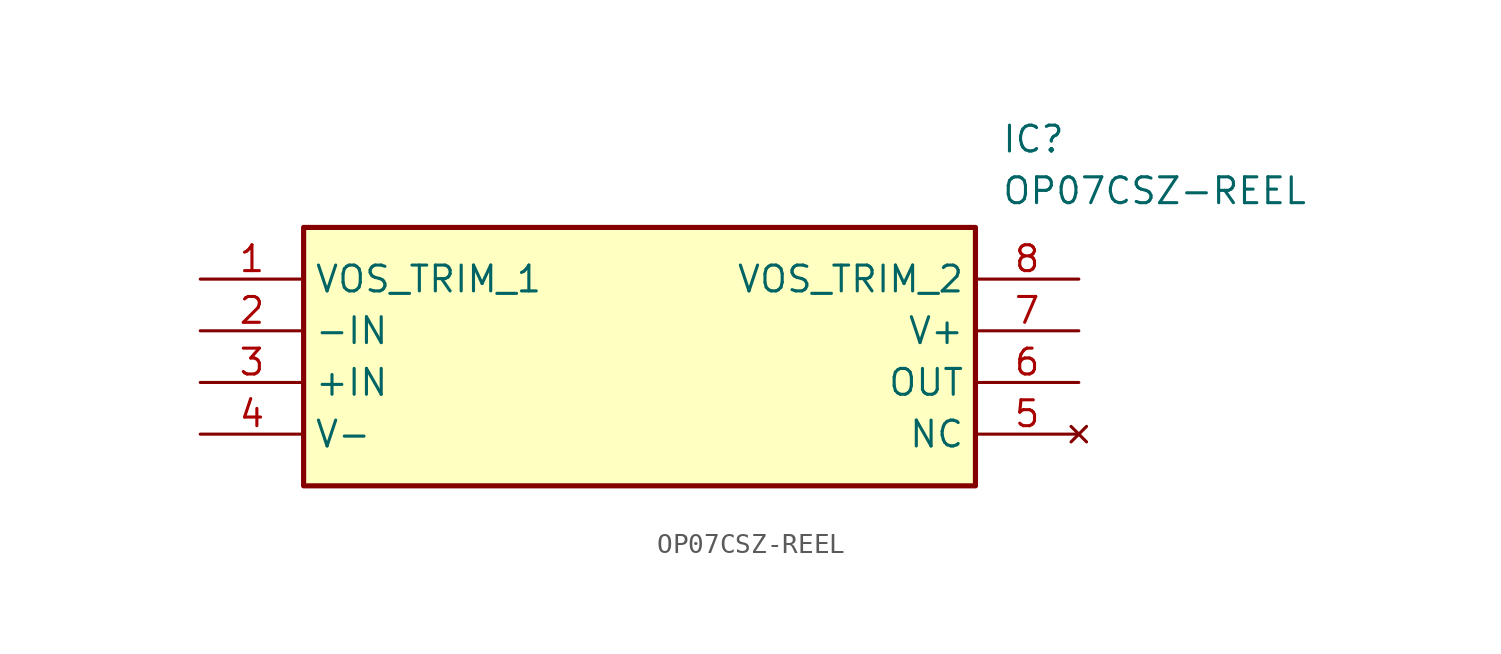
<source format=kicad_sym>
(kicad_symbol_lib
  (version 20211014)
  (generator SamacSys_ECAD_Model)
  (symbol "OP07CSZ-REEL"
    (property "Reference" "IC"
      (at 39.37 7.62 0)
      (effects (font (size 1.27 1.27)) (justify left top)))
    (property "Value" "OP07CSZ-REEL"
      (at 39.37 5.08 0)
      (effects (font (size 1.27 1.27)) (justify left top)))
    (rectangle
      (start 5.08 2.54)
      (end 38.1 -10.16)
      (stroke (width 0.254) (type default))
      (fill (type background)))
    (pin passive line
      (at 0 0 0)
      (length 5.08)
      (name "VOS_TRIM_1" (effects (font (size 1.27 1.27))))
      (number "1" (effects (font (size 1.27 1.27)))))
    (pin passive line
      (at 0 -2.54 0)
      (length 5.08)
      (name "-IN" (effects (font (size 1.27 1.27))))
      (number "2" (effects (font (size 1.27 1.27)))))
    (pin passive line
      (at 0 -5.08 0)
      (length 5.08)
      (name "+IN" (effects (font (size 1.27 1.27))))
      (number "3" (effects (font (size 1.27 1.27)))))
    (pin passive line
      (at 0 -7.62 0)
      (length 5.08)
      (name "V-" (effects (font (size 1.27 1.27))))
      (number "4" (effects (font (size 1.27 1.27)))))
    (pin passive line
      (at 43.18 0 180)
      (length 5.08)
      (name "VOS_TRIM_2" (effects (font (size 1.27 1.27))))
      (number "8" (effects (font (size 1.27 1.27)))))
    (pin passive line
      (at 43.18 -2.54 180)
      (length 5.08)
      (name "V+" (effects (font (size 1.27 1.27))))
      (number "7" (effects (font (size 1.27 1.27)))))
    (pin passive line
      (at 43.18 -5.08 180)
      (length 5.08)
      (name "OUT" (effects (font (size 1.27 1.27))))
      (number "6" (effects (font (size 1.27 1.27)))))
    (pin no_connect line
      (at 43.18 -7.62 180)
      (length 5.08)
      (name "NC" (effects (font (size 1.27 1.27))))
      (number "5" (effects (font (size 1.27 1.27)))))))
</source>
